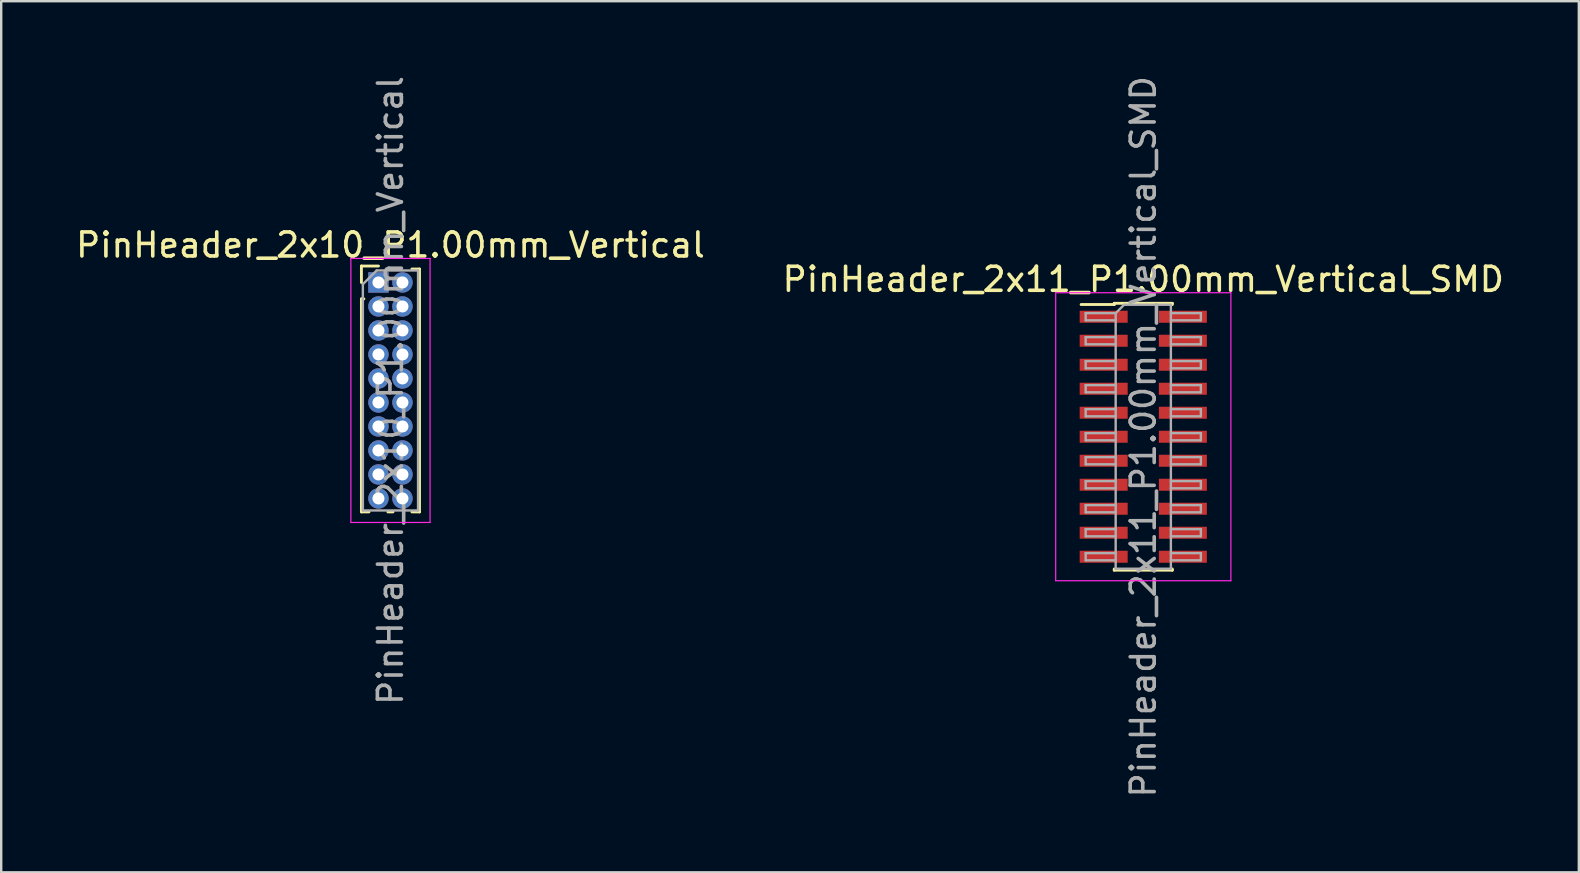
<source format=kicad_pcb>
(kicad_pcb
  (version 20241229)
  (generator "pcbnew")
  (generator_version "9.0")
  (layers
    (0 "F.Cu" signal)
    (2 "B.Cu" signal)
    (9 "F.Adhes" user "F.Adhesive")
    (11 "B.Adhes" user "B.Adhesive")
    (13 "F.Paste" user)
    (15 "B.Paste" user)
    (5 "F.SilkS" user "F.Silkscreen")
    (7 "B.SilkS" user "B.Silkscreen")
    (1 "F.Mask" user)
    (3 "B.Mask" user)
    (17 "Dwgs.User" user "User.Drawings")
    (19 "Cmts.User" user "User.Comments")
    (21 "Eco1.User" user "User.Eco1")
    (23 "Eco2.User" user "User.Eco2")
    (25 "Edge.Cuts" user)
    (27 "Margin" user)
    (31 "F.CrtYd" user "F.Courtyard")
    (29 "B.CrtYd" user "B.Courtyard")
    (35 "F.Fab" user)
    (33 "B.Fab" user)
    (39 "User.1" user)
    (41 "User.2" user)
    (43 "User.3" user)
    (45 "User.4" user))
  (footprint "PinHeader_2x10_P1.00mm_Vertical"
    (layer "F.Cu")
    (at 12.72 8.72)
    (property "Reference" "PinHeader_2x10_P1.00mm_Vertical" (at 0.5 -1.56 0) (layer "F.SilkS") (effects (font (size 1 1) (thickness 0.15))))
    (attr through_hole)
    (fp_line (start -0.71 -0.685) (end 0 -0.685) (stroke (width 0.12) (type solid)) (layer "F.SilkS"))
    (fp_line (start -0.71 0) (end -0.71 -0.685) (stroke (width 0.12) (type solid)) (layer "F.SilkS"))
    (fp_line (start -0.71 0.685) (end -0.71 9.56) (stroke (width 0.12) (type solid)) (layer "F.SilkS"))
    (fp_line (start -0.71 0.685) (end -0.608 0.685) (stroke (width 0.12) (type solid)) (layer "F.SilkS"))
    (fp_line (start -0.71 9.56) (end -0.394 9.56) (stroke (width 0.12) (type solid)) (layer "F.SilkS"))
    (fp_line (start 0.394 9.56) (end 0.606 9.56) (stroke (width 0.12) (type solid)) (layer "F.SilkS"))
    (fp_line (start 1.394 -0.56) (end 1.71 -0.56) (stroke (width 0.12) (type solid)) (layer "F.SilkS"))
    (fp_line (start 1.394 9.56) (end 1.71 9.56) (stroke (width 0.12) (type solid)) (layer "F.SilkS"))
    (fp_line (start 1.71 -0.56) (end 1.71 9.56) (stroke (width 0.12) (type solid)) (layer "F.SilkS"))
    (fp_line (start -1.15 -1) (end -1.15 10) (stroke (width 0.05) (type solid)) (layer "F.CrtYd"))
    (fp_line (start -1.15 10) (end 2.15 10) (stroke (width 0.05) (type solid)) (layer "F.CrtYd"))
    (fp_line (start 2.15 -1) (end -1.15 -1) (stroke (width 0.05) (type solid)) (layer "F.CrtYd"))
    (fp_line (start 2.15 10) (end 2.15 -1) (stroke (width 0.05) (type solid)) (layer "F.CrtYd"))
    (fp_line (start -0.65 0.075) (end -0.075 -0.5) (stroke (width 0.1) (type solid)) (layer "F.Fab"))
    (fp_line (start -0.65 9.5) (end -0.65 0.075) (stroke (width 0.1) (type solid)) (layer "F.Fab"))
    (fp_line (start -0.075 -0.5) (end 1.65 -0.5) (stroke (width 0.1) (type solid)) (layer "F.Fab"))
    (fp_line (start 1.65 -0.5) (end 1.65 9.5) (stroke (width 0.1) (type solid)) (layer "F.Fab"))
    (fp_line (start 1.65 9.5) (end -0.65 9.5) (stroke (width 0.1) (type solid)) (layer "F.Fab"))
    (fp_text user "${REFERENCE}" (at 0.5 4.5 90) (layer "F.Fab") (effects (font (size 1 1) (thickness 0.15))))
    (pad "1" thru_hole rect (at 0 0) (size 0.85 0.85) (drill 0.5) (layers "*.Cu" "*.Mask"))
    (pad "2" thru_hole oval (at 1 0) (size 0.85 0.85) (drill 0.5) (layers "*.Cu" "*.Mask"))
    (pad "3" thru_hole oval (at 0 1) (size 0.85 0.85) (drill 0.5) (layers "*.Cu" "*.Mask"))
    (pad "4" thru_hole oval (at 1 1) (size 0.85 0.85) (drill 0.5) (layers "*.Cu" "*.Mask"))
    (pad "5" thru_hole oval (at 0 2) (size 0.85 0.85) (drill 0.5) (layers "*.Cu" "*.Mask"))
    (pad "6" thru_hole oval (at 1 2) (size 0.85 0.85) (drill 0.5) (layers "*.Cu" "*.Mask"))
    (pad "7" thru_hole oval (at 0 3) (size 0.85 0.85) (drill 0.5) (layers "*.Cu" "*.Mask"))
    (pad "8" thru_hole oval (at 1 3) (size 0.85 0.85) (drill 0.5) (layers "*.Cu" "*.Mask"))
    (pad "9" thru_hole oval (at 0 4) (size 0.85 0.85) (drill 0.5) (layers "*.Cu" "*.Mask"))
    (pad "10" thru_hole oval (at 1 4) (size 0.85 0.85) (drill 0.5) (layers "*.Cu" "*.Mask"))
    (pad "11" thru_hole oval (at 0 5) (size 0.85 0.85) (drill 0.5) (layers "*.Cu" "*.Mask"))
    (pad "12" thru_hole oval (at 1 5) (size 0.85 0.85) (drill 0.5) (layers "*.Cu" "*.Mask"))
    (pad "13" thru_hole oval (at 0 6) (size 0.85 0.85) (drill 0.5) (layers "*.Cu" "*.Mask"))
    (pad "14" thru_hole oval (at 1 6) (size 0.85 0.85) (drill 0.5) (layers "*.Cu" "*.Mask"))
    (pad "15" thru_hole oval (at 0 7) (size 0.85 0.85) (drill 0.5) (layers "*.Cu" "*.Mask"))
    (pad "16" thru_hole oval (at 1 7) (size 0.85 0.85) (drill 0.5) (layers "*.Cu" "*.Mask"))
    (pad "17" thru_hole oval (at 0 8) (size 0.85 0.85) (drill 0.5) (layers "*.Cu" "*.Mask"))
    (pad "18" thru_hole oval (at 1 8) (size 0.85 0.85) (drill 0.5) (layers "*.Cu" "*.Mask"))
    (pad "19" thru_hole oval (at 0 9) (size 0.85 0.85) (drill 0.5) (layers "*.Cu" "*.Mask"))
    (pad "20" thru_hole oval (at 1 9) (size 0.85 0.85) (drill 0.5) (layers "*.Cu" "*.Mask")))
  (footprint "PinHeader_2x11_P1.00mm_Vertical_SMD"
    (layer "F.Cu")
    (at 44.589 15.149)
    (property "Reference" "PinHeader_2x11_P1.00mm_Vertical_SMD" (at 0 -6.56 0) (layer "F.SilkS") (effects (font (size 1 1) (thickness 0.15))))
    (attr smd)
    (fp_line (start -2.59 -5.51) (end -1.21 -5.51) (stroke (width 0.12) (type solid)) (layer "F.SilkS"))
    (fp_line (start -1.21 -5.56) (end -1.21 -5.51) (stroke (width 0.12) (type solid)) (layer "F.SilkS"))
    (fp_line (start -1.21 -5.56) (end 1.21 -5.56) (stroke (width 0.12) (type solid)) (layer "F.SilkS"))
    (fp_line (start -1.21 5.51) (end -1.21 5.56) (stroke (width 0.12) (type solid)) (layer "F.SilkS"))
    (fp_line (start -1.21 5.56) (end 1.21 5.56) (stroke (width 0.12) (type solid)) (layer "F.SilkS"))
    (fp_line (start 1.21 -5.56) (end 1.21 -5.51) (stroke (width 0.12) (type solid)) (layer "F.SilkS"))
    (fp_line (start 1.21 5.51) (end 1.21 5.56) (stroke (width 0.12) (type solid)) (layer "F.SilkS"))
    (fp_line (start -3.65 -6) (end -3.65 6) (stroke (width 0.05) (type solid)) (layer "F.CrtYd"))
    (fp_line (start -3.65 6) (end 3.65 6) (stroke (width 0.05) (type solid)) (layer "F.CrtYd"))
    (fp_line (start 3.65 -6) (end -3.65 -6) (stroke (width 0.05) (type solid)) (layer "F.CrtYd"))
    (fp_line (start 3.65 6) (end 3.65 -6) (stroke (width 0.05) (type solid)) (layer "F.CrtYd"))
    (fp_line (start -2.4 -5.15) (end -2.4 -4.85) (stroke (width 0.1) (type solid)) (layer "F.Fab"))
    (fp_line (start -2.4 -4.85) (end -1.15 -4.85) (stroke (width 0.1) (type solid)) (layer "F.Fab"))
    (fp_line (start -2.4 -4.15) (end -2.4 -3.85) (stroke (width 0.1) (type solid)) (layer "F.Fab"))
    (fp_line (start -2.4 -3.85) (end -1.15 -3.85) (stroke (width 0.1) (type solid)) (layer "F.Fab"))
    (fp_line (start -2.4 -3.15) (end -2.4 -2.85) (stroke (width 0.1) (type solid)) (layer "F.Fab"))
    (fp_line (start -2.4 -2.85) (end -1.15 -2.85) (stroke (width 0.1) (type solid)) (layer "F.Fab"))
    (fp_line (start -2.4 -2.15) (end -2.4 -1.85) (stroke (width 0.1) (type solid)) (layer "F.Fab"))
    (fp_line (start -2.4 -1.85) (end -1.15 -1.85) (stroke (width 0.1) (type solid)) (layer "F.Fab"))
    (fp_line (start -2.4 -1.15) (end -2.4 -0.85) (stroke (width 0.1) (type solid)) (layer "F.Fab"))
    (fp_line (start -2.4 -0.85) (end -1.15 -0.85) (stroke (width 0.1) (type solid)) (layer "F.Fab"))
    (fp_line (start -2.4 -0.15) (end -2.4 0.15) (stroke (width 0.1) (type solid)) (layer "F.Fab"))
    (fp_line (start -2.4 0.15) (end -1.15 0.15) (stroke (width 0.1) (type solid)) (layer "F.Fab"))
    (fp_line (start -2.4 0.85) (end -2.4 1.15) (stroke (width 0.1) (type solid)) (layer "F.Fab"))
    (fp_line (start -2.4 1.15) (end -1.15 1.15) (stroke (width 0.1) (type solid)) (layer "F.Fab"))
    (fp_line (start -2.4 1.85) (end -2.4 2.15) (stroke (width 0.1) (type solid)) (layer "F.Fab"))
    (fp_line (start -2.4 2.15) (end -1.15 2.15) (stroke (width 0.1) (type solid)) (layer "F.Fab"))
    (fp_line (start -2.4 2.85) (end -2.4 3.15) (stroke (width 0.1) (type solid)) (layer "F.Fab"))
    (fp_line (start -2.4 3.15) (end -1.15 3.15) (stroke (width 0.1) (type solid)) (layer "F.Fab"))
    (fp_line (start -2.4 3.85) (end -2.4 4.15) (stroke (width 0.1) (type solid)) (layer "F.Fab"))
    (fp_line (start -2.4 4.15) (end -1.15 4.15) (stroke (width 0.1) (type solid)) (layer "F.Fab"))
    (fp_line (start -2.4 4.85) (end -2.4 5.15) (stroke (width 0.1) (type solid)) (layer "F.Fab"))
    (fp_line (start -2.4 5.15) (end -1.15 5.15) (stroke (width 0.1) (type solid)) (layer "F.Fab"))
    (fp_line (start -1.15 -5.15) (end -2.4 -5.15) (stroke (width 0.1) (type solid)) (layer "F.Fab"))
    (fp_line (start -1.15 -5.15) (end -0.8 -5.5) (stroke (width 0.1) (type solid)) (layer "F.Fab"))
    (fp_line (start -1.15 -4.15) (end -2.4 -4.15) (stroke (width 0.1) (type solid)) (layer "F.Fab"))
    (fp_line (start -1.15 -3.15) (end -2.4 -3.15) (stroke (width 0.1) (type solid)) (layer "F.Fab"))
    (fp_line (start -1.15 -2.15) (end -2.4 -2.15) (stroke (width 0.1) (type solid)) (layer "F.Fab"))
    (fp_line (start -1.15 -1.15) (end -2.4 -1.15) (stroke (width 0.1) (type solid)) (layer "F.Fab"))
    (fp_line (start -1.15 -0.15) (end -2.4 -0.15) (stroke (width 0.1) (type solid)) (layer "F.Fab"))
    (fp_line (start -1.15 0.85) (end -2.4 0.85) (stroke (width 0.1) (type solid)) (layer "F.Fab"))
    (fp_line (start -1.15 1.85) (end -2.4 1.85) (stroke (width 0.1) (type solid)) (layer "F.Fab"))
    (fp_line (start -1.15 2.85) (end -2.4 2.85) (stroke (width 0.1) (type solid)) (layer "F.Fab"))
    (fp_line (start -1.15 3.85) (end -2.4 3.85) (stroke (width 0.1) (type solid)) (layer "F.Fab"))
    (fp_line (start -1.15 4.85) (end -2.4 4.85) (stroke (width 0.1) (type solid)) (layer "F.Fab"))
    (fp_line (start -1.15 5.5) (end -1.15 -5.15) (stroke (width 0.1) (type solid)) (layer "F.Fab"))
    (fp_line (start -0.8 -5.5) (end 1.15 -5.5) (stroke (width 0.1) (type solid)) (layer "F.Fab"))
    (fp_line (start 1.15 -5.5) (end 1.15 5.5) (stroke (width 0.1) (type solid)) (layer "F.Fab"))
    (fp_line (start 1.15 -5.15) (end 2.4 -5.15) (stroke (width 0.1) (type solid)) (layer "F.Fab"))
    (fp_line (start 1.15 -4.15) (end 2.4 -4.15) (stroke (width 0.1) (type solid)) (layer "F.Fab"))
    (fp_line (start 1.15 -3.15) (end 2.4 -3.15) (stroke (width 0.1) (type solid)) (layer "F.Fab"))
    (fp_line (start 1.15 -2.15) (end 2.4 -2.15) (stroke (width 0.1) (type solid)) (layer "F.Fab"))
    (fp_line (start 1.15 -1.15) (end 2.4 -1.15) (stroke (width 0.1) (type solid)) (layer "F.Fab"))
    (fp_line (start 1.15 -0.15) (end 2.4 -0.15) (stroke (width 0.1) (type solid)) (layer "F.Fab"))
    (fp_line (start 1.15 0.85) (end 2.4 0.85) (stroke (width 0.1) (type solid)) (layer "F.Fab"))
    (fp_line (start 1.15 1.85) (end 2.4 1.85) (stroke (width 0.1) (type solid)) (layer "F.Fab"))
    (fp_line (start 1.15 2.85) (end 2.4 2.85) (stroke (width 0.1) (type solid)) (layer "F.Fab"))
    (fp_line (start 1.15 3.85) (end 2.4 3.85) (stroke (width 0.1) (type solid)) (layer "F.Fab"))
    (fp_line (start 1.15 4.85) (end 2.4 4.85) (stroke (width 0.1) (type solid)) (layer "F.Fab"))
    (fp_line (start 1.15 5.5) (end -1.15 5.5) (stroke (width 0.1) (type solid)) (layer "F.Fab"))
    (fp_line (start 2.4 -5.15) (end 2.4 -4.85) (stroke (width 0.1) (type solid)) (layer "F.Fab"))
    (fp_line (start 2.4 -4.85) (end 1.15 -4.85) (stroke (width 0.1) (type solid)) (layer "F.Fab"))
    (fp_line (start 2.4 -4.15) (end 2.4 -3.85) (stroke (width 0.1) (type solid)) (layer "F.Fab"))
    (fp_line (start 2.4 -3.85) (end 1.15 -3.85) (stroke (width 0.1) (type solid)) (layer "F.Fab"))
    (fp_line (start 2.4 -3.15) (end 2.4 -2.85) (stroke (width 0.1) (type solid)) (layer "F.Fab"))
    (fp_line (start 2.4 -2.85) (end 1.15 -2.85) (stroke (width 0.1) (type solid)) (layer "F.Fab"))
    (fp_line (start 2.4 -2.15) (end 2.4 -1.85) (stroke (width 0.1) (type solid)) (layer "F.Fab"))
    (fp_line (start 2.4 -1.85) (end 1.15 -1.85) (stroke (width 0.1) (type solid)) (layer "F.Fab"))
    (fp_line (start 2.4 -1.15) (end 2.4 -0.85) (stroke (width 0.1) (type solid)) (layer "F.Fab"))
    (fp_line (start 2.4 -0.85) (end 1.15 -0.85) (stroke (width 0.1) (type solid)) (layer "F.Fab"))
    (fp_line (start 2.4 -0.15) (end 2.4 0.15) (stroke (width 0.1) (type solid)) (layer "F.Fab"))
    (fp_line (start 2.4 0.15) (end 1.15 0.15) (stroke (width 0.1) (type solid)) (layer "F.Fab"))
    (fp_line (start 2.4 0.85) (end 2.4 1.15) (stroke (width 0.1) (type solid)) (layer "F.Fab"))
    (fp_line (start 2.4 1.15) (end 1.15 1.15) (stroke (width 0.1) (type solid)) (layer "F.Fab"))
    (fp_line (start 2.4 1.85) (end 2.4 2.15) (stroke (width 0.1) (type solid)) (layer "F.Fab"))
    (fp_line (start 2.4 2.15) (end 1.15 2.15) (stroke (width 0.1) (type solid)) (layer "F.Fab"))
    (fp_line (start 2.4 2.85) (end 2.4 3.15) (stroke (width 0.1) (type solid)) (layer "F.Fab"))
    (fp_line (start 2.4 3.15) (end 1.15 3.15) (stroke (width 0.1) (type solid)) (layer "F.Fab"))
    (fp_line (start 2.4 3.85) (end 2.4 4.15) (stroke (width 0.1) (type solid)) (layer "F.Fab"))
    (fp_line (start 2.4 4.15) (end 1.15 4.15) (stroke (width 0.1) (type solid)) (layer "F.Fab"))
    (fp_line (start 2.4 4.85) (end 2.4 5.15) (stroke (width 0.1) (type solid)) (layer "F.Fab"))
    (fp_line (start 2.4 5.15) (end 1.15 5.15) (stroke (width 0.1) (type solid)) (layer "F.Fab"))
    (fp_text user "${REFERENCE}" (at 0 0 90) (layer "F.Fab") (effects (font (size 1 1) (thickness 0.15))))
    (pad "1" smd rect (at -1.65 -5) (size 2 0.5) (layers "F.Cu" "F.Mask" "F.Paste"))
    (pad "2" smd rect (at 1.65 -5) (size 2 0.5) (layers "F.Cu" "F.Mask" "F.Paste"))
    (pad "3" smd rect (at -1.65 -4) (size 2 0.5) (layers "F.Cu" "F.Mask" "F.Paste"))
    (pad "4" smd rect (at 1.65 -4) (size 2 0.5) (layers "F.Cu" "F.Mask" "F.Paste"))
    (pad "5" smd rect (at -1.65 -3) (size 2 0.5) (layers "F.Cu" "F.Mask" "F.Paste"))
    (pad "6" smd rect (at 1.65 -3) (size 2 0.5) (layers "F.Cu" "F.Mask" "F.Paste"))
    (pad "7" smd rect (at -1.65 -2) (size 2 0.5) (layers "F.Cu" "F.Mask" "F.Paste"))
    (pad "8" smd rect (at 1.65 -2) (size 2 0.5) (layers "F.Cu" "F.Mask" "F.Paste"))
    (pad "9" smd rect (at -1.65 -1) (size 2 0.5) (layers "F.Cu" "F.Mask" "F.Paste"))
    (pad "10" smd rect (at 1.65 -1) (size 2 0.5) (layers "F.Cu" "F.Mask" "F.Paste"))
    (pad "11" smd rect (at -1.65 0) (size 2 0.5) (layers "F.Cu" "F.Mask" "F.Paste"))
    (pad "12" smd rect (at 1.65 0) (size 2 0.5) (layers "F.Cu" "F.Mask" "F.Paste"))
    (pad "13" smd rect (at -1.65 1) (size 2 0.5) (layers "F.Cu" "F.Mask" "F.Paste"))
    (pad "14" smd rect (at 1.65 1) (size 2 0.5) (layers "F.Cu" "F.Mask" "F.Paste"))
    (pad "15" smd rect (at -1.65 2) (size 2 0.5) (layers "F.Cu" "F.Mask" "F.Paste"))
    (pad "16" smd rect (at 1.65 2) (size 2 0.5) (layers "F.Cu" "F.Mask" "F.Paste"))
    (pad "17" smd rect (at -1.65 3) (size 2 0.5) (layers "F.Cu" "F.Mask" "F.Paste"))
    (pad "18" smd rect (at 1.65 3) (size 2 0.5) (layers "F.Cu" "F.Mask" "F.Paste"))
    (pad "19" smd rect (at -1.65 4) (size 2 0.5) (layers "F.Cu" "F.Mask" "F.Paste"))
    (pad "20" smd rect (at 1.65 4) (size 2 0.5) (layers "F.Cu" "F.Mask" "F.Paste"))
    (pad "21" smd rect (at -1.65 5) (size 2 0.5) (layers "F.Cu" "F.Mask" "F.Paste"))
    (pad "22" smd rect (at 1.65 5) (size 2 0.5) (layers "F.Cu" "F.Mask" "F.Paste")))
  (gr_rect
    (start -3 -3)
    (end 62.738 33.298)
    (stroke (width 0.1) (type default))
    (fill no)
    (layer "Edge.Cuts")))
</source>
